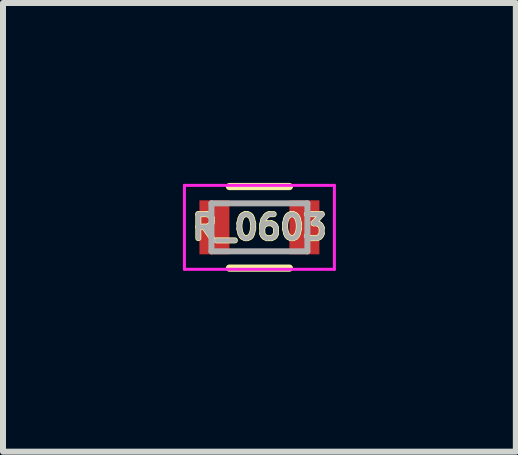
<source format=kicad_pcb>
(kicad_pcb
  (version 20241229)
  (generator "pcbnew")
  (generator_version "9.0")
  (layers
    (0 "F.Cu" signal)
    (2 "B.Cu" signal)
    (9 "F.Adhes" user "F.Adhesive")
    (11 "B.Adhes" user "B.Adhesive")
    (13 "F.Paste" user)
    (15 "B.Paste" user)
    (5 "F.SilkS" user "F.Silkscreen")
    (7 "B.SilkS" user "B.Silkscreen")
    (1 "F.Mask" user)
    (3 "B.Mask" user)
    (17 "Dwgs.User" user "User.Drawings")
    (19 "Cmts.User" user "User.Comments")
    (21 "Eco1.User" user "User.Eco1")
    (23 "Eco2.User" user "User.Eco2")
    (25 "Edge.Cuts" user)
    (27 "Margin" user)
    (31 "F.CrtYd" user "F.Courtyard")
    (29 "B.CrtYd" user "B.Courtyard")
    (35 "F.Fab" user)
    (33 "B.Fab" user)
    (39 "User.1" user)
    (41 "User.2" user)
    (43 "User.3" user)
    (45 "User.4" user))
  (footprint "R_0603"
    (layer "F.Cu")
    (at 1.275 0.74)
    (property "Reference" "R_0603" (at 0 0 180) (layer "F.SilkS") (effects (font (size 0.4 0.4) (thickness 0.1))))
    (attr smd)
    (fp_line (start -0.5 -0.68) (end 0.5 -0.68) (stroke (width 0.12) (type solid)) (layer "F.SilkS"))
    (fp_line (start 0.5 0.68) (end -0.5 0.68) (stroke (width 0.12) (type solid)) (layer "F.SilkS"))
    (fp_line (start -1.25 -0.7) (end -1.25 0.7) (stroke (width 0.05) (type solid)) (layer "F.CrtYd"))
    (fp_line (start -1.25 -0.7) (end 1.25 -0.7) (stroke (width 0.05) (type solid)) (layer "F.CrtYd"))
    (fp_line (start 1.25 0.7) (end -1.25 0.7) (stroke (width 0.05) (type solid)) (layer "F.CrtYd"))
    (fp_line (start 1.25 0.7) (end 1.25 -0.7) (stroke (width 0.05) (type solid)) (layer "F.CrtYd"))
    (fp_line (start -0.8 -0.4) (end 0.8 -0.4) (stroke (width 0.1) (type solid)) (layer "F.Fab"))
    (fp_line (start -0.8 0.4) (end -0.8 -0.4) (stroke (width 0.1) (type solid)) (layer "F.Fab"))
    (fp_line (start 0.8 -0.4) (end 0.8 0.4) (stroke (width 0.1) (type solid)) (layer "F.Fab"))
    (fp_line (start 0.8 0.4) (end -0.8 0.4) (stroke (width 0.1) (type solid)) (layer "F.Fab"))
    (fp_text user "${REFERENCE}" (at 0 0 180) (layer "F.Fab") (effects (font (size 0.4 0.4) (thickness 0.075))))
    (pad "1" smd rect (at -0.75 0) (size 0.5 0.9) (layers "F.Cu" "F.Mask" "F.Paste"))
    (pad "2" smd rect (at 0.75 0) (size 0.5 0.9) (layers "F.Cu" "F.Mask" "F.Paste")))
  (gr_rect
    (start -3 -3)
    (end 5.55 4.48)
    (stroke (width 0.1) (type default))
    (fill no)
    (layer "Edge.Cuts")))
</source>
